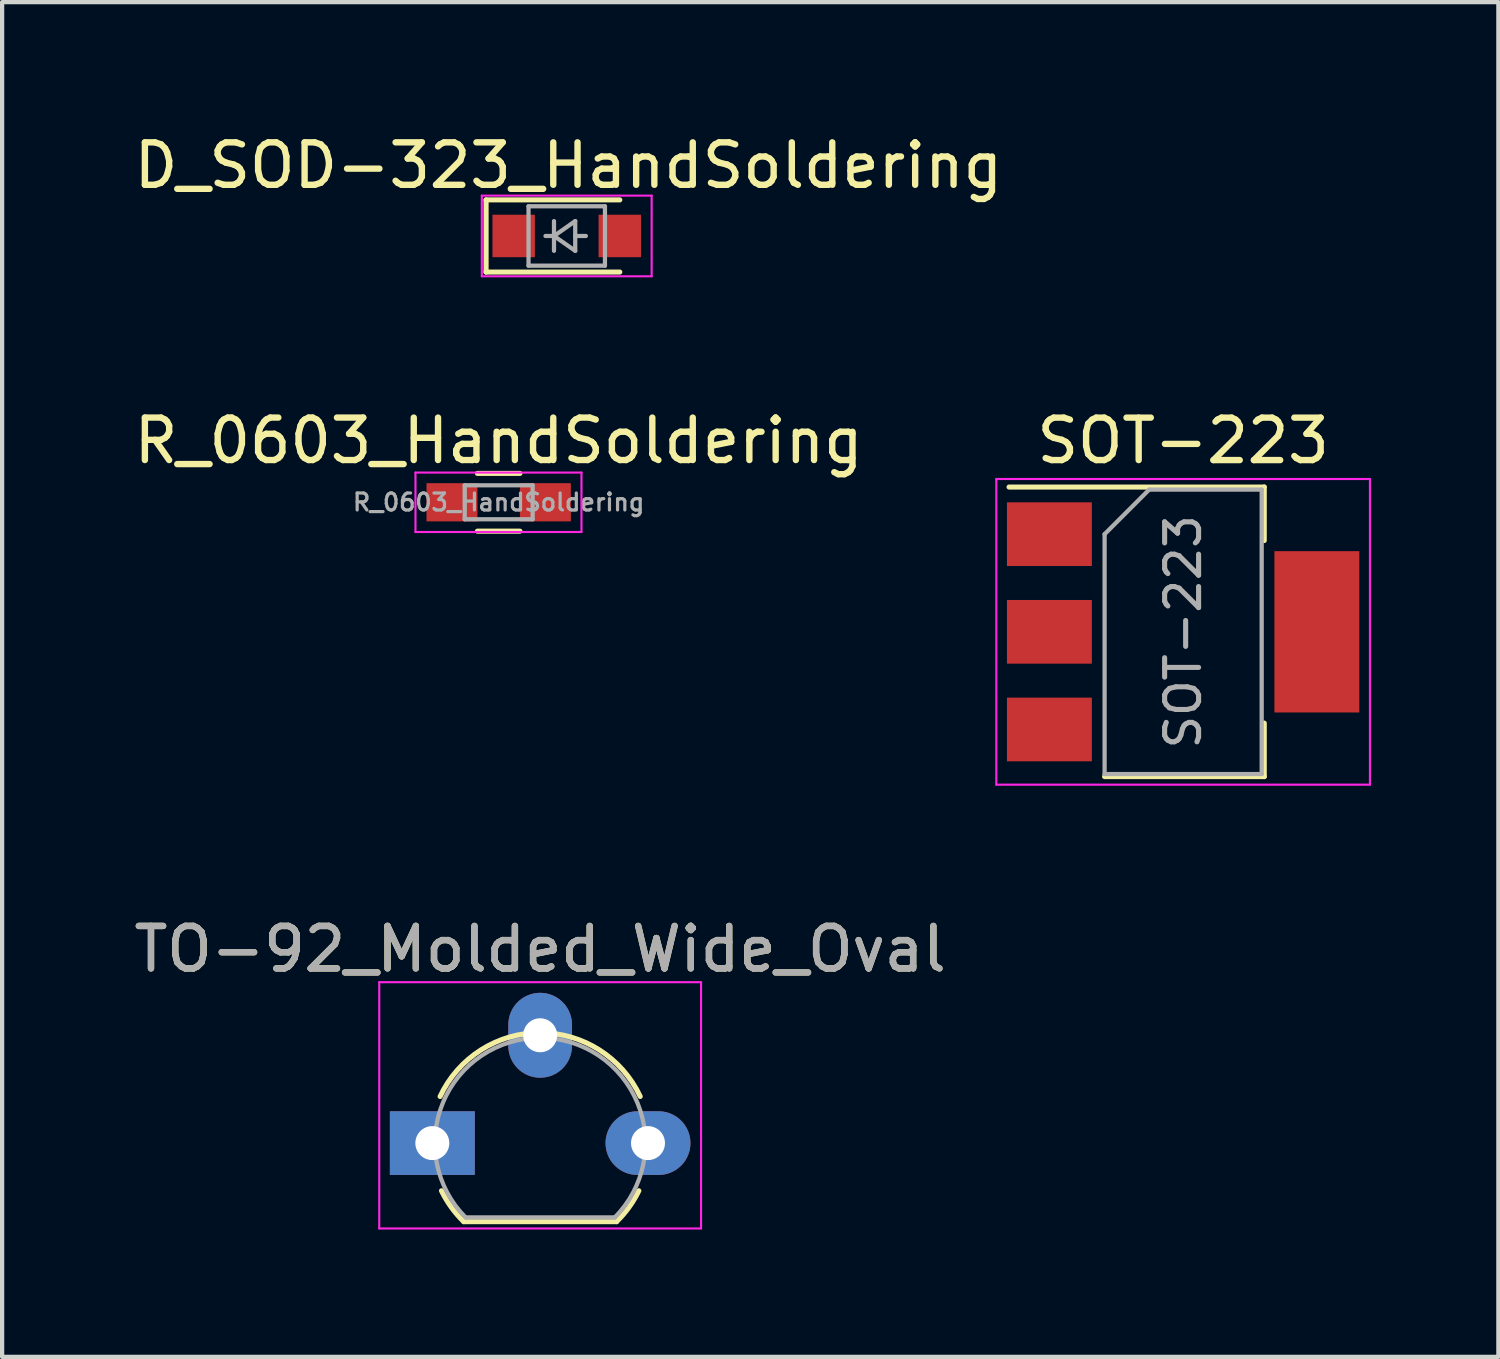
<source format=kicad_pcb>
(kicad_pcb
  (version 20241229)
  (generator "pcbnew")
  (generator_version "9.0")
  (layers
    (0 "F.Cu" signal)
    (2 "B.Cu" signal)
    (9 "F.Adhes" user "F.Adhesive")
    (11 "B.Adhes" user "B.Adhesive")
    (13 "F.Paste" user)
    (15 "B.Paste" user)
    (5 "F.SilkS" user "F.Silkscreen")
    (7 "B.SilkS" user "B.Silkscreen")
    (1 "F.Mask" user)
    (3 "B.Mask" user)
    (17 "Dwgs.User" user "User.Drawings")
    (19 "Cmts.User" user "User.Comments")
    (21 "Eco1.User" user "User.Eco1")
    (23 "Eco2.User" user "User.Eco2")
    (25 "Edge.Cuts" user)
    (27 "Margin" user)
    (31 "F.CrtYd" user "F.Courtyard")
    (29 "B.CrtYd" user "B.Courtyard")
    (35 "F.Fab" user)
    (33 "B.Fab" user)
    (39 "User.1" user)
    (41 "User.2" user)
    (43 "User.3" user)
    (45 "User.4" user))
  (footprint "TO-92_Molded_Wide_Oval"
    (layer "F.Cu")
    (at 7.133 23.875)
    (property "Reference" "TO-92_Molded_Wide_Oval" (at 2.54 -4.57 0) (layer "F.SilkS") (effects (font (size 1 1) (thickness 0.15))))
    (attr through_hole)
    (fp_line (start 0.74 1.85) (end 4.34 1.85) (stroke (width 0.12) (type solid)) (layer "F.SilkS"))
    (fp_arc (start 0.1836 -1.098807) (mid 1.143021 -2.192817) (end 2.54 -2.6) (stroke (width 0.12) (type solid)) (layer "F.SilkS"))
    (fp_arc (start 0.74 1.85) (mid 0.446097 1.509328) (end 0.215816 1.122795) (stroke (width 0.12) (type solid)) (layer "F.SilkS"))
    (fp_arc (start 2.54 -2.6) (mid 3.936979 -2.192818) (end 4.8964 -1.098807) (stroke (width 0.12) (type solid)) (layer "F.SilkS"))
    (fp_arc (start 4.864184 1.122795) (mid 4.633903 1.509328) (end 4.34 1.85) (stroke (width 0.12) (type solid)) (layer "F.SilkS"))
    (fp_line (start -1.25 -3.79) (end -1.25 2.01) (stroke (width 0.05) (type solid)) (layer "F.CrtYd"))
    (fp_line (start -1.25 -3.79) (end 6.33 -3.79) (stroke (width 0.05) (type solid)) (layer "F.CrtYd"))
    (fp_line (start 6.33 2.01) (end -1.25 2.01) (stroke (width 0.05) (type solid)) (layer "F.CrtYd"))
    (fp_line (start 6.33 2.01) (end 6.33 -3.79) (stroke (width 0.05) (type solid)) (layer "F.CrtYd"))
    (fp_line (start 0.8 1.75) (end 4.3 1.75) (stroke (width 0.1) (type solid)) (layer "F.Fab"))
    (fp_arc (start 0.786375 1.753625) (mid 0.248779 -0.949055) (end 2.54 -2.48) (stroke (width 0.1) (type solid)) (layer "F.Fab"))
    (fp_arc (start 2.54 -2.48) (mid 4.831221 -0.949055) (end 4.293625 1.753625) (stroke (width 0.1) (type solid)) (layer "F.Fab"))
    (fp_text user "${REFERENCE}" (at 2.54 -4.57 0) (layer "F.Fab") (effects (font (size 1 1) (thickness 0.15))))
    (pad "1" thru_hole rect (at 0 0 90) (size 1.5 2) (drill 0.8) (layers "*.Cu" "*.Mask"))
    (pad "2" thru_hole oval (at 2.54 -2.54 90) (size 2 1.5) (drill 0.8) (layers "*.Cu" "*.Mask"))
    (pad "3" thru_hole oval (at 5.08 0 90) (size 1.5 2) (drill 0.8) (layers "*.Cu" "*.Mask")))
  (footprint "SOT-223"
    (layer "F.Cu")
    (at 24.818 11.832)
    (property "Reference" "SOT-223" (at 0 -4.5 0) (layer "F.SilkS") (effects (font (size 1 1) (thickness 0.15))))
    (attr smd)
    (fp_line (start -4.1 -3.41) (end 1.91 -3.41) (stroke (width 0.12) (type solid)) (layer "F.SilkS"))
    (fp_line (start -1.85 3.41) (end 1.91 3.41) (stroke (width 0.12) (type solid)) (layer "F.SilkS"))
    (fp_line (start 1.91 -3.41) (end 1.91 -2.15) (stroke (width 0.12) (type solid)) (layer "F.SilkS"))
    (fp_line (start 1.91 3.41) (end 1.91 2.15) (stroke (width 0.12) (type solid)) (layer "F.SilkS"))
    (fp_line (start -4.4 -3.6) (end -4.4 3.6) (stroke (width 0.05) (type solid)) (layer "F.CrtYd"))
    (fp_line (start -4.4 3.6) (end 4.4 3.6) (stroke (width 0.05) (type solid)) (layer "F.CrtYd"))
    (fp_line (start 4.4 -3.6) (end -4.4 -3.6) (stroke (width 0.05) (type solid)) (layer "F.CrtYd"))
    (fp_line (start 4.4 3.6) (end 4.4 -3.6) (stroke (width 0.05) (type solid)) (layer "F.CrtYd"))
    (fp_line (start -1.85 -2.3) (end -1.85 3.35) (stroke (width 0.1) (type solid)) (layer "F.Fab"))
    (fp_line (start -1.85 -2.3) (end -0.8 -3.35) (stroke (width 0.1) (type solid)) (layer "F.Fab"))
    (fp_line (start -1.85 3.35) (end 1.85 3.35) (stroke (width 0.1) (type solid)) (layer "F.Fab"))
    (fp_line (start -0.8 -3.35) (end 1.85 -3.35) (stroke (width 0.1) (type solid)) (layer "F.Fab"))
    (fp_line (start 1.85 -3.35) (end 1.85 3.35) (stroke (width 0.1) (type solid)) (layer "F.Fab"))
    (fp_text user "${REFERENCE}" (at 0 0 90) (layer "F.Fab") (effects (font (size 0.8 0.8) (thickness 0.12))))
    (pad "1" smd rect (at -3.15 -2.3) (size 2 1.5) (layers "F.Cu" "F.Mask" "F.Paste"))
    (pad "2" smd rect (at -3.15 0) (size 2 1.5) (layers "F.Cu" "F.Mask" "F.Paste"))
    (pad "3" smd rect (at -3.15 2.3) (size 2 1.5) (layers "F.Cu" "F.Mask" "F.Paste"))
    (pad "4" smd rect (at 3.15 0) (size 2 3.8) (layers "F.Cu" "F.Mask" "F.Paste")))
  (footprint "R_0603_HandSoldering"
    (layer "F.Cu")
    (at 8.696 8.781)
    (property "Reference" "R_0603_HandSoldering" (at 0 -1.45 0) (layer "F.SilkS") (effects (font (size 1 1) (thickness 0.15))))
    (attr smd)
    (fp_line (start -0.5 -0.68) (end 0.5 -0.68) (stroke (width 0.12) (type solid)) (layer "F.SilkS"))
    (fp_line (start 0.5 0.68) (end -0.5 0.68) (stroke (width 0.12) (type solid)) (layer "F.SilkS"))
    (fp_line (start -1.96 -0.7) (end -1.96 0.7) (stroke (width 0.05) (type solid)) (layer "F.CrtYd"))
    (fp_line (start -1.96 -0.7) (end 1.95 -0.7) (stroke (width 0.05) (type solid)) (layer "F.CrtYd"))
    (fp_line (start 1.95 0.7) (end -1.96 0.7) (stroke (width 0.05) (type solid)) (layer "F.CrtYd"))
    (fp_line (start 1.95 0.7) (end 1.95 -0.7) (stroke (width 0.05) (type solid)) (layer "F.CrtYd"))
    (fp_line (start -0.8 -0.4) (end 0.8 -0.4) (stroke (width 0.1) (type solid)) (layer "F.Fab"))
    (fp_line (start -0.8 0.4) (end -0.8 -0.4) (stroke (width 0.1) (type solid)) (layer "F.Fab"))
    (fp_line (start 0.8 -0.4) (end 0.8 0.4) (stroke (width 0.1) (type solid)) (layer "F.Fab"))
    (fp_line (start 0.8 0.4) (end -0.8 0.4) (stroke (width 0.1) (type solid)) (layer "F.Fab"))
    (fp_text user "${REFERENCE}" (at 0 0 0) (layer "F.Fab") (effects (font (size 0.4 0.4) (thickness 0.075))))
    (pad "1" smd rect (at -1.1 0) (size 1.2 0.9) (layers "F.Cu" "F.Mask" "F.Paste"))
    (pad "2" smd rect (at 1.1 0) (size 1.2 0.9) (layers "F.Cu" "F.Mask" "F.Paste")))
  (footprint "D_SOD-323_HandSoldering"
    (layer "F.Cu")
    (at 10.299 2.508)
    (property "Reference" "D_SOD-323_HandSoldering" (at 0.04 -1.66 0) (layer "F.SilkS") (effects (font (size 1 1) (thickness 0.15))))
    (attr smd)
    (fp_line (start -1.9 -0.85) (end -1.9 0.85) (stroke (width 0.12) (type solid)) (layer "F.SilkS"))
    (fp_line (start -1.9 -0.85) (end 1.25 -0.85) (stroke (width 0.12) (type solid)) (layer "F.SilkS"))
    (fp_line (start -1.9 0.85) (end 1.25 0.85) (stroke (width 0.12) (type solid)) (layer "F.SilkS"))
    (fp_line (start -2 -0.95) (end -2 0.95) (stroke (width 0.05) (type solid)) (layer "F.CrtYd"))
    (fp_line (start -2 -0.95) (end 2 -0.95) (stroke (width 0.05) (type solid)) (layer "F.CrtYd"))
    (fp_line (start -2 0.95) (end 2 0.95) (stroke (width 0.05) (type solid)) (layer "F.CrtYd"))
    (fp_line (start 2 -0.95) (end 2 0.95) (stroke (width 0.05) (type solid)) (layer "F.CrtYd"))
    (fp_line (start -0.9 -0.7) (end 0.9 -0.7) (stroke (width 0.1) (type solid)) (layer "F.Fab"))
    (fp_line (start -0.9 0.7) (end -0.9 -0.7) (stroke (width 0.1) (type solid)) (layer "F.Fab"))
    (fp_line (start -0.3 -0.35) (end -0.3 0.35) (stroke (width 0.1) (type solid)) (layer "F.Fab"))
    (fp_line (start -0.3 0) (end -0.5 0) (stroke (width 0.1) (type solid)) (layer "F.Fab"))
    (fp_line (start -0.3 0) (end 0.2 -0.35) (stroke (width 0.1) (type solid)) (layer "F.Fab"))
    (fp_line (start 0.2 -0.35) (end 0.2 0.35) (stroke (width 0.1) (type solid)) (layer "F.Fab"))
    (fp_line (start 0.2 0) (end 0.45 0) (stroke (width 0.1) (type solid)) (layer "F.Fab"))
    (fp_line (start 0.2 0.35) (end -0.3 0) (stroke (width 0.1) (type solid)) (layer "F.Fab"))
    (fp_line (start 0.9 -0.7) (end 0.9 0.7) (stroke (width 0.1) (type solid)) (layer "F.Fab"))
    (fp_line (start 0.9 0.7) (end -0.9 0.7) (stroke (width 0.1) (type solid)) (layer "F.Fab"))
    (pad "1" smd rect (at -1.25 0) (size 1 1) (layers "F.Cu" "F.Mask" "F.Paste"))
    (pad "2" smd rect (at 1.25 0) (size 1 1) (layers "F.Cu" "F.Mask" "F.Paste")))
  (gr_rect
    (start -3 -3)
    (end 32.243 28.91)
    (stroke (width 0.1) (type default))
    (fill no)
    (layer "Edge.Cuts")))
</source>
